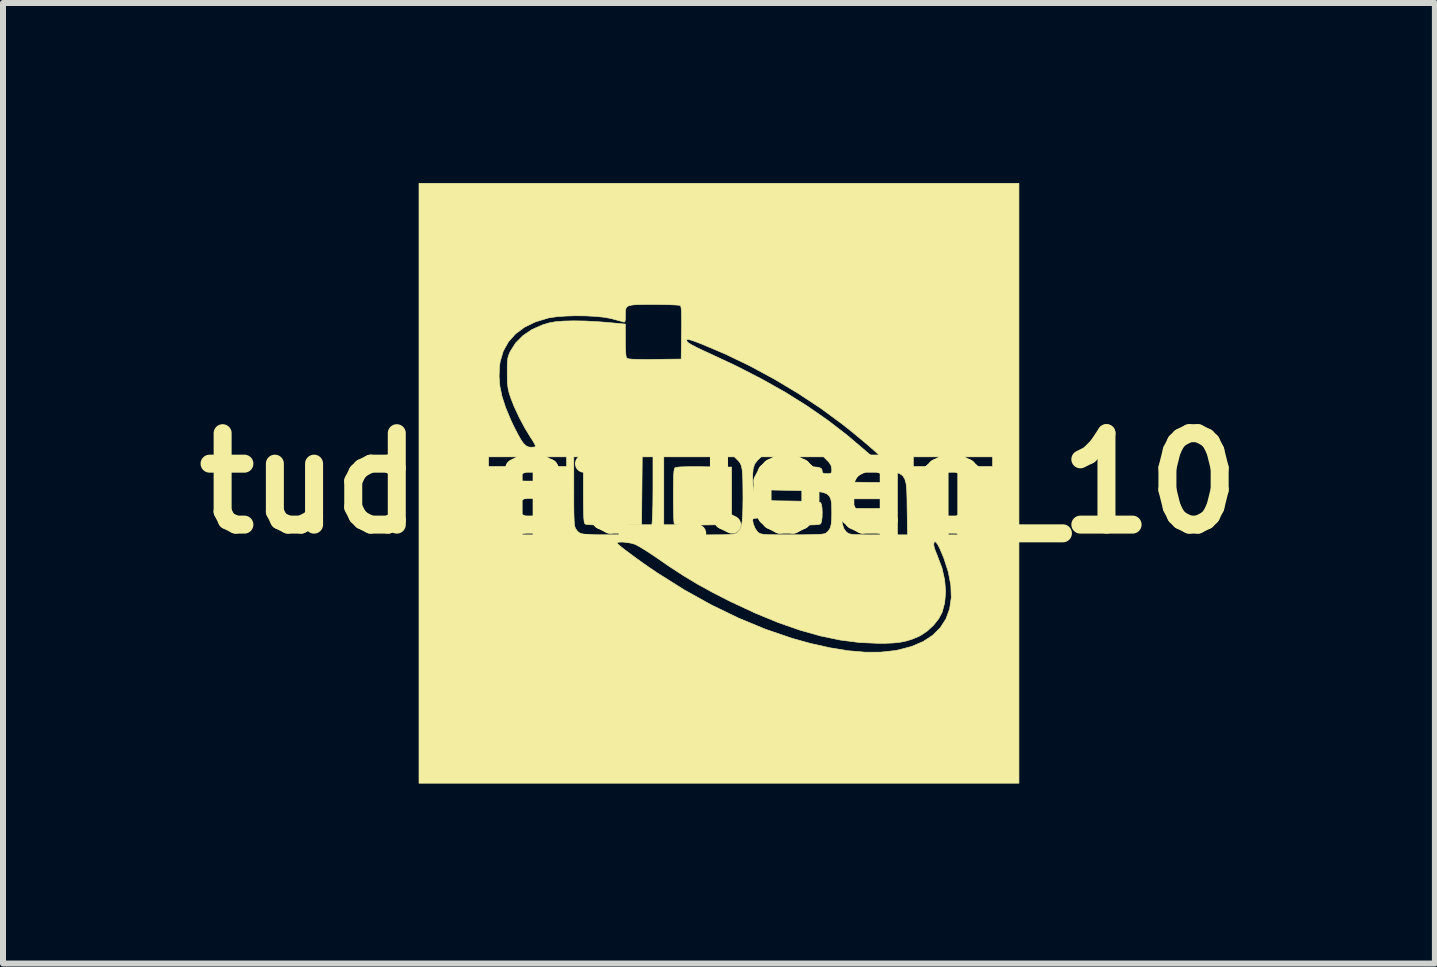
<source format=kicad_pcb>
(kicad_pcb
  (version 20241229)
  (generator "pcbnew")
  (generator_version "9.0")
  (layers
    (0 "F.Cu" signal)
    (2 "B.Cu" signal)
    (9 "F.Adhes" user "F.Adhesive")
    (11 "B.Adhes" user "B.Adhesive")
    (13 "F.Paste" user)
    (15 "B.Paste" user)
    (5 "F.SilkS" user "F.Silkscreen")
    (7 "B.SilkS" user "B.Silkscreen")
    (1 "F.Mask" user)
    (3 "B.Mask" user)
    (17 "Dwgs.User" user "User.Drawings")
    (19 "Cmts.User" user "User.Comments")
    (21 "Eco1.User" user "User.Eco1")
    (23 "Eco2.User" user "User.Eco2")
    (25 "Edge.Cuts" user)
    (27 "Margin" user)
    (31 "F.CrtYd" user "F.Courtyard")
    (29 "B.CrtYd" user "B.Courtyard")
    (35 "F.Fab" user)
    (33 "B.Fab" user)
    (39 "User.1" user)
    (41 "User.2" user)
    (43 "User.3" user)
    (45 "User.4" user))
  (footprint "tudsat_logo_10"
    (layer "F.Cu")
    (at 8.934 5.005)
    (property "Reference" "tudsat_logo_10" (at 0 0 0) (layer "F.SilkS") (effects (font (size 1.524 1.524) (thickness 0.3))))
    (attr through_hole)
    (fp_poly (pts (xy 2.96 0.7) (xy 2.603 0.7) (xy 2.488 0.699) (xy 2.386 0.697) (xy 2.306 0.694) (xy 2.252 0.69) (xy 2.233 0.687) (xy 2.226 0.661) (xy 2.222 0.608) (xy 2.22 0.547) (xy 2.22 0.42) (xy 2.96 0.42) (xy 2.96 0.7)) (stroke (width 0.01) (type solid)) (fill yes) (layer "F.SilkS"))
    (fp_poly (pts (xy -0.273 -0.276) (xy -0.247 -0.275) (xy 0.21 -0.27) (xy 0.21 0.69) (xy -0.263 0.695) (xy -0.414 0.697) (xy -0.529 0.697) (xy -0.615 0.696) (xy -0.674 0.693) (xy -0.713 0.689) (xy -0.735 0.682) (xy -0.746 0.673) (xy -0.748 0.669) (xy -0.751 0.64) (xy -0.755 0.578) (xy -0.757 0.488) (xy -0.759 0.377) (xy -0.76 0.251) (xy -0.76 0.201) (xy -0.759 0.051) (xy -0.758 -0.063) (xy -0.755 -0.147) (xy -0.75 -0.204) (xy -0.743 -0.239) (xy -0.734 -0.257) (xy -0.732 -0.258) (xy -0.707 -0.266) (xy -0.65 -0.272) (xy -0.56 -0.275) (xy -0.435 -0.277) (xy -0.273 -0.276)) (stroke (width 0.01) (type solid)) (fill yes) (layer "F.SilkS"))
    (fp_poly (pts (xy 5 5) (xy -5 5) (xy -5 0.996) (xy -1.7 0.996) (xy -1.684 1.014) (xy -1.641 1.052) (xy -1.574 1.105) (xy -1.488 1.169) (xy -1.39 1.242) (xy -1.283 1.319) (xy -1.172 1.397) (xy -1.062 1.471) (xy -1.03 1.493) (xy -0.582 1.775) (xy -0.129 2.027) (xy 0.325 2.247) (xy 0.777 2.434) (xy 1.223 2.586) (xy 1.522 2.669) (xy 1.854 2.743) (xy 2.158 2.792) (xy 2.436 2.816) (xy 2.692 2.815) (xy 2.927 2.79) (xy 2.984 2.78) (xy 3.209 2.721) (xy 3.402 2.639) (xy 3.562 2.534) (xy 3.689 2.407) (xy 3.784 2.26) (xy 3.845 2.092) (xy 3.872 1.906) (xy 3.865 1.701) (xy 3.823 1.48) (xy 3.746 1.242) (xy 3.683 1.093) (xy 3.645 1.019) (xy 3.614 0.979) (xy 3.592 0.974) (xy 3.581 1.005) (xy 3.58 1.028) (xy 3.588 1.069) (xy 3.609 1.133) (xy 3.639 1.204) (xy 3.639 1.206) (xy 3.716 1.409) (xy 3.762 1.612) (xy 3.778 1.809) (xy 3.762 1.994) (xy 3.72 2.15) (xy 3.662 2.259) (xy 3.576 2.367) (xy 3.472 2.463) (xy 3.363 2.536) (xy 3.336 2.55) (xy 3.23 2.595) (xy 3.13 2.627) (xy 3.026 2.649) (xy 2.908 2.662) (xy 2.767 2.668) (xy 2.65 2.668) (xy 2.338 2.654) (xy 2.019 2.613) (xy 1.689 2.544) (xy 1.345 2.447) (xy 0.985 2.321) (xy 0.606 2.165) (xy 0.205 1.978) (xy 0.17 1.961) (xy -0.1 1.823) (xy -0.348 1.687) (xy -0.586 1.544) (xy -0.829 1.386) (xy -1.045 1.237) (xy -1.143 1.171) (xy -1.237 1.11) (xy -1.32 1.06) (xy -1.383 1.026) (xy -1.402 1.017) (xy -1.464 0.999) (xy -1.534 0.987) (xy -1.603 0.98) (xy -1.66 0.981) (xy -1.695 0.988) (xy -1.7 0.996) (xy -5 0.996) (xy -5 -0.44) (xy -3.84 -0.44) (xy -3.84 -0.28) (xy -3.28 -0.28) (xy -3.28 0.86) (xy -3.1 0.86) (xy -3.1 -0.28) (xy -2.54 -0.28) (xy -2.54 -0.44) (xy -2.42 -0.44) (xy -2.42 0.136) (xy -2.42 0.305) (xy -2.419 0.439) (xy -2.417 0.542) (xy -2.414 0.619) (xy -2.41 0.675) (xy -2.405 0.714) (xy -2.397 0.74) (xy -2.387 0.759) (xy -2.386 0.761) (xy -2.365 0.79) (xy -2.345 0.812) (xy -2.319 0.829) (xy -2.284 0.842) (xy -2.234 0.85) (xy -2.164 0.855) (xy -2.07 0.858) (xy -1.946 0.859) (xy -1.788 0.859) (xy -1.768 0.859) (xy -1.609 0.859) (xy -1.486 0.859) (xy -1.392 0.857) (xy -1.323 0.855) (xy -1.275 0.85) (xy -1.242 0.844) (xy -1.218 0.835) (xy -1.2 0.824) (xy -1.193 0.819) (xy -1.153 0.772) (xy -1.123 0.71) (xy -1.121 0.704) (xy -1.115 0.663) (xy -1.11 0.587) (xy -1.106 0.483) (xy -1.102 0.356) (xy -1.101 0.21) (xy -1.1 0.095) (xy -1.1 -0.44) (xy -0.92 -0.44) (xy -0.92 0.86) (xy -0.333 0.86) (xy -0.164 0.86) (xy -0.03 0.859) (xy 0.073 0.858) (xy 0.15 0.856) (xy 0.206 0.852) (xy 0.245 0.847) (xy 0.272 0.84) (xy 0.291 0.83) (xy 0.307 0.819) (xy 0.336 0.791) (xy 0.358 0.754) (xy 0.375 0.703) (xy 0.387 0.634) (xy 0.389 0.605) (xy 0.56 0.605) (xy 0.572 0.677) (xy 0.602 0.751) (xy 0.642 0.809) (xy 0.653 0.819) (xy 0.671 0.831) (xy 0.692 0.841) (xy 0.721 0.848) (xy 0.763 0.853) (xy 0.823 0.857) (xy 0.907 0.858) (xy 1.019 0.859) (xy 1.163 0.859) (xy 1.228 0.859) (xy 1.403 0.859) (xy 1.541 0.856) (xy 1.645 0.853) (xy 1.718 0.848) (xy 1.763 0.841) (xy 1.781 0.834) (xy 1.824 0.794) (xy 1.853 0.748) (xy 1.87 0.687) (xy 1.878 0.603) (xy 1.88 0.506) (xy 1.879 0.403) (xy 1.875 0.321) (xy 1.862 0.257) (xy 1.836 0.21) (xy 1.795 0.175) (xy 1.733 0.152) (xy 1.646 0.137) (xy 1.531 0.128) (xy 1.383 0.123) (xy 1.24 0.12) (xy 0.75 0.11) (xy 0.75 -0.27) (xy 1.207 -0.275) (xy 1.364 -0.277) (xy 1.485 -0.277) (xy 1.575 -0.274) (xy 1.639 -0.268) (xy 1.681 -0.259) (xy 1.705 -0.245) (xy 1.717 -0.226) (xy 1.72 -0.201) (xy 1.72 -0.198) (xy 1.728 -0.173) (xy 1.757 -0.162) (xy 1.8 -0.16) (xy 1.851 -0.162) (xy 1.874 -0.175) (xy 1.878 -0.2) (xy 2.04 -0.2) (xy 2.04 -0.021) (xy 2.495 -0.015) (xy 2.95 -0.01) (xy 2.956 0.125) (xy 2.962 0.26) (xy 2.04 0.26) (xy 2.04 0.445) (xy 2.044 0.579) (xy 2.057 0.679) (xy 2.08 0.752) (xy 2.116 0.803) (xy 2.133 0.819) (xy 2.152 0.832) (xy 2.174 0.842) (xy 2.204 0.849) (xy 2.249 0.854) (xy 2.312 0.857) (xy 2.401 0.859) (xy 2.518 0.86) (xy 2.664 0.86) (xy 3.143 0.86) (xy 3.136 0.414) (xy 3.134 0.245) (xy 3.129 0.111) (xy 3.119 0.006) (xy 3.097 -0.072) (xy 3.062 -0.127) (xy 3.007 -0.164) (xy 2.93 -0.185) (xy 2.827 -0.196) (xy 2.692 -0.2) (xy 2.523 -0.2) (xy 2.481 -0.2) (xy 2.04 -0.2) (xy 1.878 -0.2) (xy 1.88 -0.21) (xy 1.88 -0.232) (xy 1.871 -0.29) (xy 1.839 -0.343) (xy 1.812 -0.372) (xy 1.744 -0.44) (xy 0.704 -0.44) (xy 0.644 -0.384) (xy 0.595 -0.321) (xy 0.57 -0.24) (xy 0.569 -0.232) (xy 0.562 -0.15) (xy 0.562 -0.056) (xy 0.567 0.038) (xy 0.578 0.12) (xy 0.593 0.179) (xy 0.6 0.192) (xy 0.62 0.221) (xy 0.642 0.244) (xy 0.672 0.262) (xy 0.714 0.274) (xy 0.774 0.283) (xy 0.856 0.289) (xy 0.966 0.293) (xy 1.109 0.295) (xy 1.19 0.296) (xy 1.351 0.299) (xy 1.485 0.304) (xy 1.589 0.309) (xy 1.659 0.316) (xy 1.693 0.323) (xy 1.695 0.324) (xy 1.709 0.356) (xy 1.718 0.415) (xy 1.721 0.489) (xy 1.719 0.564) (xy 1.711 0.629) (xy 1.698 0.671) (xy 1.692 0.678) (xy 1.667 0.686) (xy 1.61 0.692) (xy 1.52 0.695) (xy 1.395 0.697) (xy 1.233 0.696) (xy 1.207 0.695) (xy 0.75 0.69) (xy 0.744 0.635) (xy 0.736 0.601) (xy 0.716 0.585) (xy 0.672 0.58) (xy 0.649 0.58) (xy 0.587 0.585) (xy 0.561 0.601) (xy 0.56 0.605) (xy 0.389 0.605) (xy 0.394 0.542) (xy 0.398 0.42) (xy 0.4 0.265) (xy 0.4 0.23) (xy 0.399 0.069) (xy 0.397 -0.057) (xy 0.393 -0.154) (xy 0.386 -0.227) (xy 0.376 -0.281) (xy 0.361 -0.321) (xy 0.342 -0.352) (xy 0.316 -0.381) (xy 0.257 -0.44) (xy -0.92 -0.44) (xy -1.1 -0.44) (xy -1.279 -0.44) (xy -1.29 0.69) (xy -1.747 0.695) (xy -1.915 0.697) (xy -2.045 0.696) (xy -2.14 0.692) (xy -2.201 0.687) (xy -2.231 0.679) (xy -2.232 0.678) (xy -2.241 0.664) (xy -2.248 0.634) (xy -2.253 0.585) (xy -2.256 0.512) (xy -2.258 0.412) (xy -2.26 0.279) (xy -2.26 0.111) (xy -2.26 -0.44) (xy -2.42 -0.44) (xy -2.54 -0.44) (xy -3.84 -0.44) (xy -5 -0.44) (xy -5 -1.782) (xy -3.665 -1.782) (xy -3.652 -1.616) (xy -3.616 -1.445) (xy -3.557 -1.263) (xy -3.473 -1.061) (xy -3.42 -0.948) (xy -3.356 -0.824) (xy -3.305 -0.732) (xy -3.261 -0.668) (xy -3.22 -0.628) (xy -3.18 -0.606) (xy -3.137 -0.6) (xy -3.134 -0.6) (xy -3.085 -0.603) (xy -3.057 -0.61) (xy -3.056 -0.611) (xy -3.061 -0.631) (xy -3.085 -0.676) (xy -3.122 -0.738) (xy -3.141 -0.766) (xy -3.238 -0.925) (xy -3.332 -1.103) (xy -3.416 -1.283) (xy -3.473 -1.43) (xy -3.497 -1.504) (xy -3.513 -1.569) (xy -3.523 -1.637) (xy -3.528 -1.719) (xy -3.529 -1.828) (xy -3.529 -1.84) (xy -3.529 -1.947) (xy -3.526 -2.025) (xy -3.52 -2.082) (xy -3.508 -2.129) (xy -3.489 -2.175) (xy -3.477 -2.2) (xy -3.389 -2.339) (xy -3.267 -2.461) (xy -3.116 -2.563) (xy -2.938 -2.641) (xy -2.84 -2.671) (xy -2.732 -2.691) (xy -2.591 -2.703) (xy -2.421 -2.707) (xy -2.229 -2.704) (xy -2.019 -2.693) (xy -1.875 -2.682) (xy -1.56 -2.653) (xy -1.56 -2.379) (xy -1.559 -2.26) (xy -1.555 -2.176) (xy -1.549 -2.121) (xy -1.539 -2.091) (xy -1.532 -2.082) (xy -1.506 -2.074) (xy -1.448 -2.068) (xy -1.357 -2.065) (xy -1.231 -2.063) (xy -1.067 -2.065) (xy -0.63 -2.07) (xy -0.626 -2.383) (xy -0.54 -2.383) (xy -0.532 -2.363) (xy -0.507 -2.339) (xy -0.459 -2.309) (xy -0.386 -2.271) (xy -0.284 -2.221) (xy -0.154 -2.162) (xy 0.3 -1.949) (xy 0.718 -1.734) (xy 1.106 -1.516) (xy 1.468 -1.289) (xy 1.809 -1.053) (xy 2.134 -0.803) (xy 2.447 -0.537) (xy 2.449 -0.535) (xy 2.56 -0.441) (xy 2.646 -0.377) (xy 2.707 -0.343) (xy 2.745 -0.338) (xy 2.76 -0.364) (xy 2.76 -0.37) (xy 2.745 -0.393) (xy 2.702 -0.437) (xy 2.7 -0.44) (xy 3.24 -0.44) (xy 3.24 -0.28) (xy 3.82 -0.28) (xy 3.82 0.86) (xy 3.98 0.86) (xy 3.98 -0.28) (xy 4.56 -0.28) (xy 4.56 -0.44) (xy 3.24 -0.44) (xy 2.7 -0.44) (xy 2.637 -0.5) (xy 2.552 -0.576) (xy 2.451 -0.663) (xy 2.339 -0.757) (xy 2.221 -0.854) (xy 2.098 -0.952) (xy 2.043 -0.995) (xy 1.695 -1.251) (xy 1.317 -1.5) (xy 0.919 -1.738) (xy 0.512 -1.958) (xy 0.105 -2.154) (xy -0.27 -2.313) (xy -0.377 -2.355) (xy -0.453 -2.382) (xy -0.502 -2.396) (xy -0.529 -2.397) (xy -0.539 -2.389) (xy -0.54 -2.383) (xy -0.626 -2.383) (xy -0.625 -2.509) (xy -0.623 -2.661) (xy -0.624 -2.777) (xy -0.626 -2.861) (xy -0.63 -2.918) (xy -0.637 -2.95) (xy -0.645 -2.963) (xy -0.672 -2.968) (xy -0.732 -2.972) (xy -0.82 -2.976) (xy -0.928 -2.978) (xy -1.052 -2.98) (xy -1.084 -2.98) (xy -1.233 -2.98) (xy -1.348 -2.978) (xy -1.432 -2.973) (xy -1.49 -2.963) (xy -1.528 -2.946) (xy -1.548 -2.92) (xy -1.558 -2.883) (xy -1.56 -2.834) (xy -1.56 -2.796) (xy -1.561 -2.73) (xy -1.567 -2.696) (xy -1.579 -2.686) (xy -1.595 -2.689) (xy -1.63 -2.7) (xy -1.692 -2.717) (xy -1.77 -2.738) (xy -1.8 -2.746) (xy -1.915 -2.767) (xy -2.06 -2.782) (xy -2.221 -2.79) (xy -2.39 -2.792) (xy -2.555 -2.787) (xy -2.705 -2.776) (xy -2.829 -2.758) (xy -2.85 -2.753) (xy -3.061 -2.689) (xy -3.242 -2.601) (xy -3.392 -2.489) (xy -3.51 -2.356) (xy -3.596 -2.202) (xy -3.647 -2.028) (xy -3.658 -1.949) (xy -3.665 -1.782) (xy -5 -1.782) (xy -5 -5) (xy 5 -5) (xy 5 5)) (stroke (width 0.01) (type solid)) (fill yes) (layer "F.SilkS")))
  (gr_rect
    (start -3 -3)
    (end 20.867 13.01)
    (stroke (width 0.1) (type default))
    (fill no)
    (layer "Edge.Cuts")))
</source>
